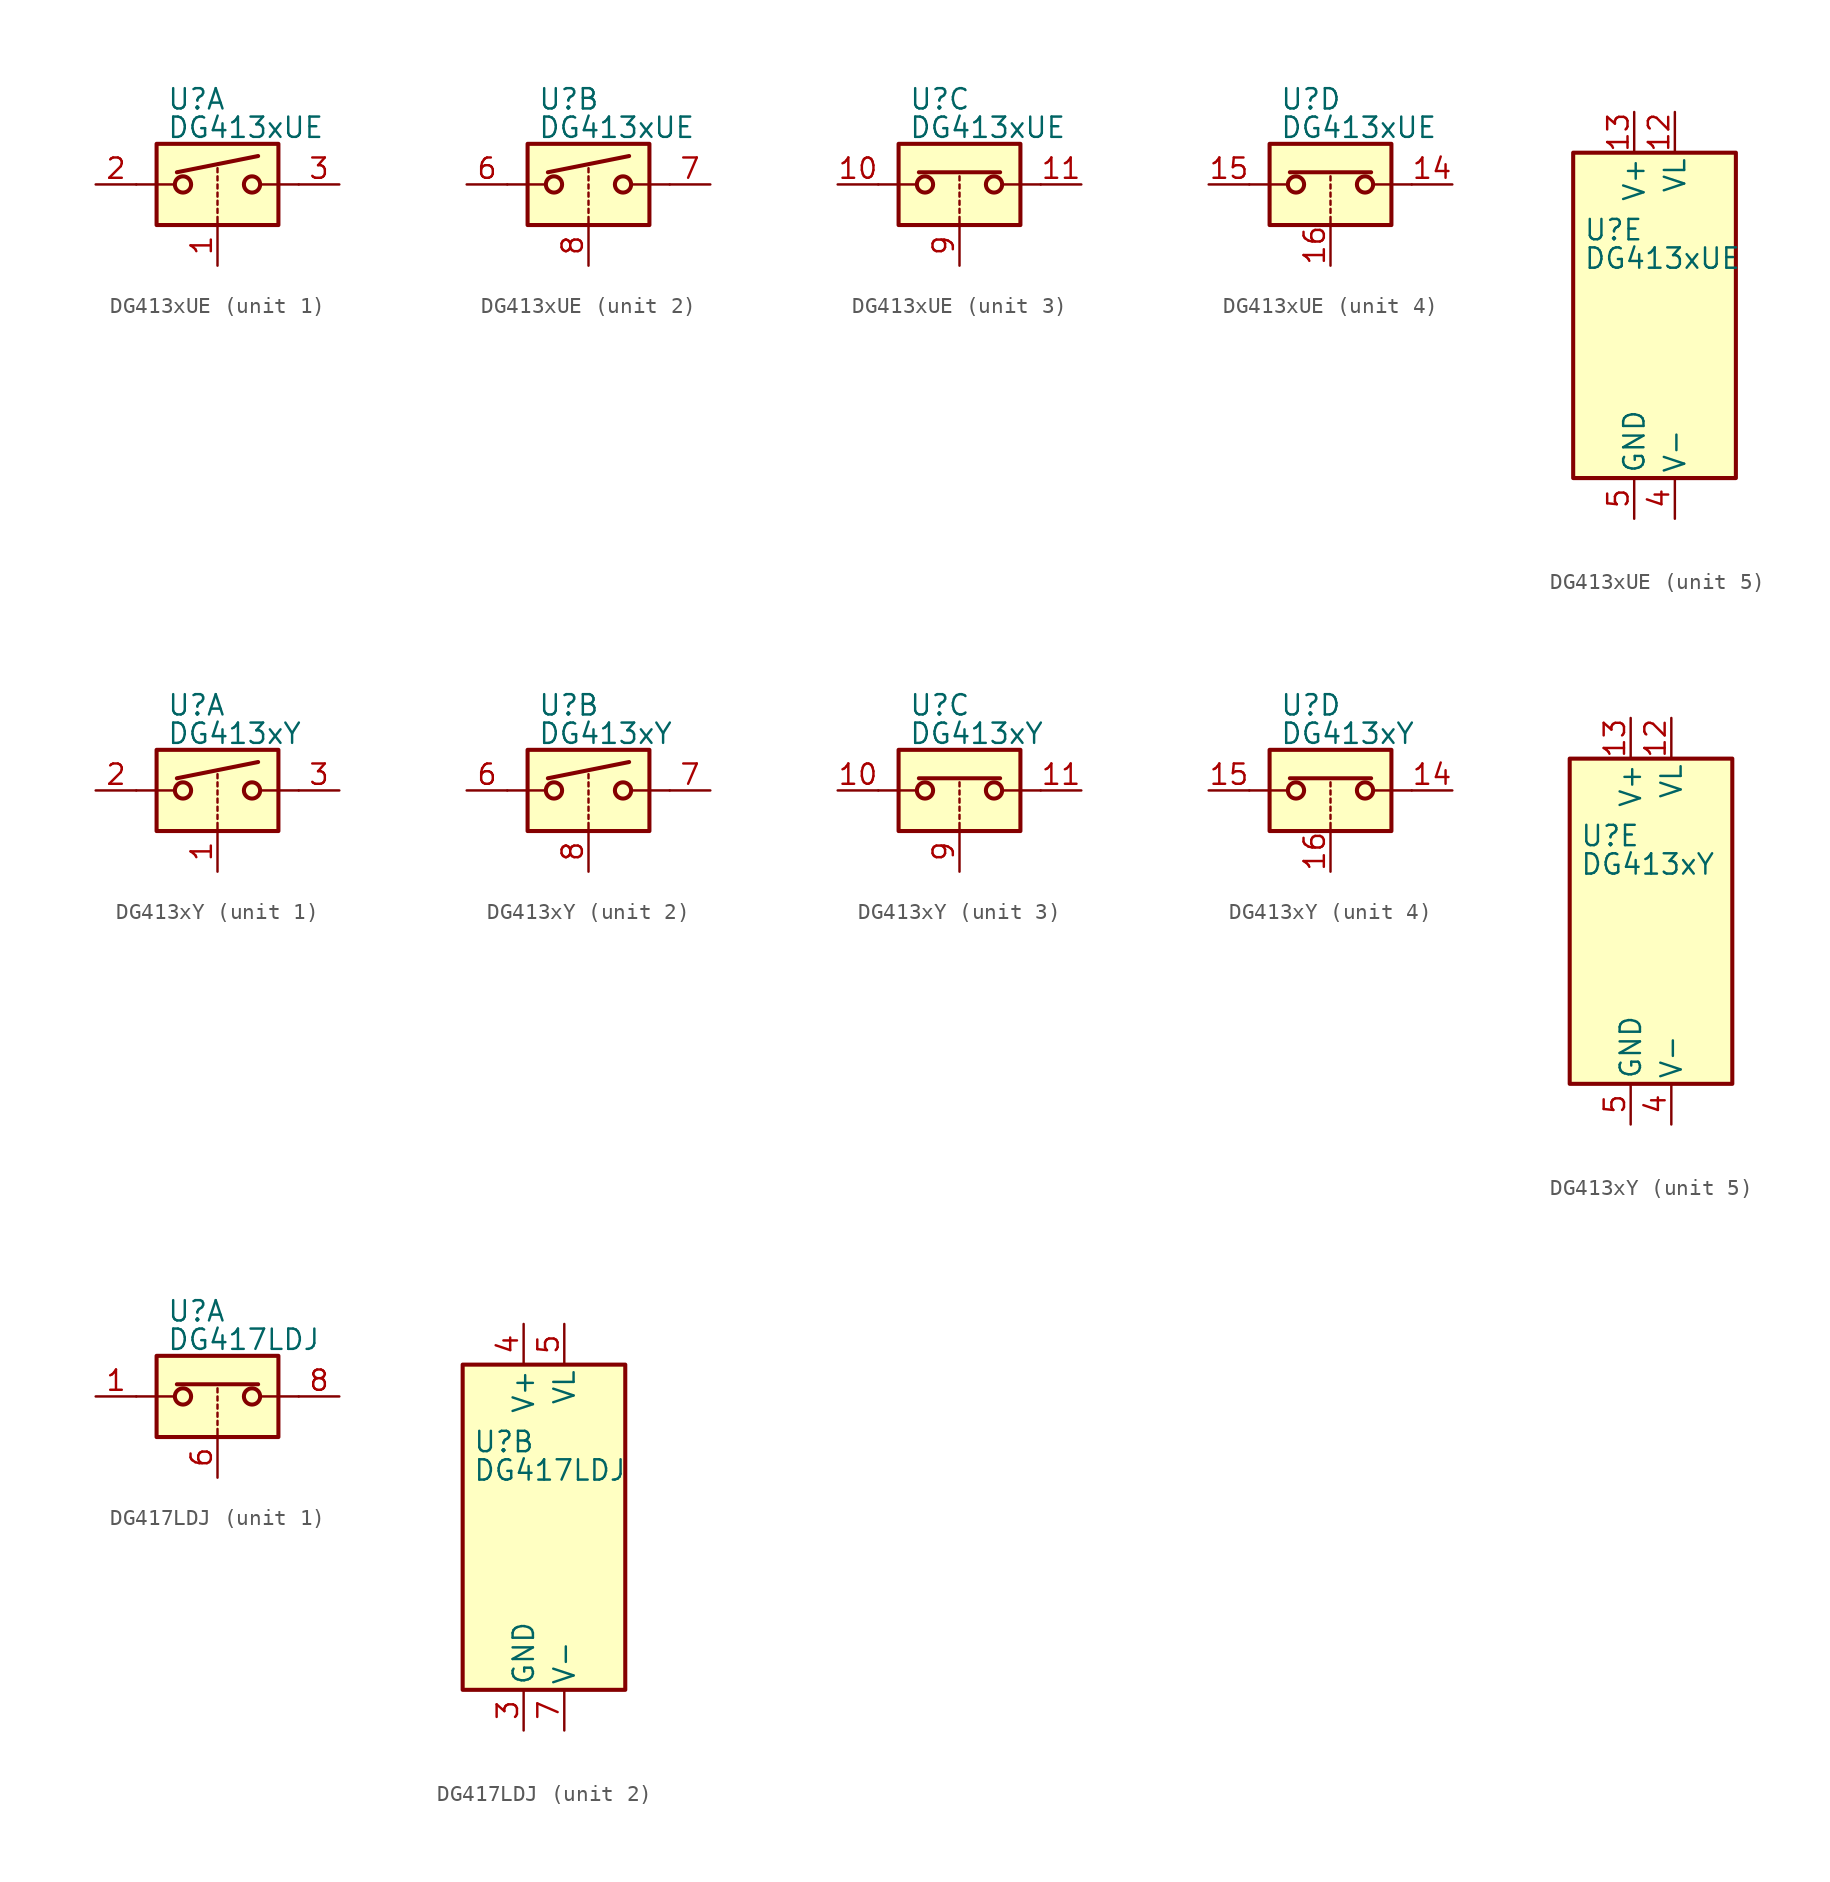
<source format=kicad_sym>
(kicad_symbol_lib
  (version 20241209)
  (generator "kicad_symbol_editor")
  (generator_version "9.0")
  (symbol "DG413xUE"
    (pin_names
      (offset 0.254))
    (property "Reference" "U"
      (at -3.175 5.334 0)
      (effects (font (size 1.27 1.27)) (justify left)))
    (property "Value" "DG413xUE"
      (at -3.175 3.556 0)
      (effects (font (size 1.27 1.27)) (justify left)))
    (symbol "DG413xUE_1_1"
      (polyline (pts (xy -5.08 0) (xy -2.794 0)) (stroke (width 0) (type default)) (fill (type none)))
      (rectangle (start -3.81 2.54) (end 3.81 -2.54) (stroke (width 0.254) (type default)) (fill (type background)))
      (polyline (pts (xy -2.54 0.762) (xy 2.54 1.778)) (stroke (width 0.254) (type default)) (fill (type none)))
      (circle (center -2.159 0) (radius 0.508) (stroke (width 0.254) (type default)) (fill (type none)))
      (polyline (pts (xy 0 0.762) (xy 0 1.016)) (stroke (width 0) (type default)) (fill (type none)))
      (polyline (pts (xy 0 0.254) (xy 0 0.508)) (stroke (width 0) (type default)) (fill (type none)))
      (polyline (pts (xy 0 -0.254) (xy 0 0)) (stroke (width 0) (type default)) (fill (type none)))
      (polyline (pts (xy 0 -0.762) (xy 0 -0.508)) (stroke (width 0) (type default)) (fill (type none)))
      (polyline (pts (xy 0 -1.27) (xy 0 -1.016)) (stroke (width 0) (type default)) (fill (type none)))
      (polyline (pts (xy 0 -1.778) (xy 0 -1.524)) (stroke (width 0) (type default)) (fill (type none)))
      (polyline (pts (xy 0 -2.54) (xy 0 -2.032)) (stroke (width 0) (type default)) (fill (type none)))
      (circle (center 2.159 0) (radius 0.508) (stroke (width 0.254) (type default)) (fill (type none)))
      (polyline (pts (xy 5.08 0) (xy 2.794 0)) (stroke (width 0) (type default)) (fill (type none)))
      (pin passive line (at -7.62 0 0) (length 2.54) (name "~" (effects (font (size 1.27 1.27)))) (number "2" (effects (font (size 1.27 1.27)))))
      (pin input line (at 0 -5.08 90) (length 2.54) (name "~" (effects (font (size 1.27 1.27)))) (number "1" (effects (font (size 1.27 1.27)))))
      (pin passive line (at 7.62 0 180) (length 2.54) (name "~" (effects (font (size 1.27 1.27)))) (number "3" (effects (font (size 1.27 1.27))))))
    (symbol "DG413xUE_2_1"
      (polyline (pts (xy -5.08 0) (xy -2.794 0)) (stroke (width 0) (type default)) (fill (type none)))
      (rectangle (start -3.81 2.54) (end 3.81 -2.54) (stroke (width 0.254) (type default)) (fill (type background)))
      (polyline (pts (xy -2.54 0.762) (xy 2.54 1.778)) (stroke (width 0.254) (type default)) (fill (type none)))
      (circle (center -2.159 0) (radius 0.508) (stroke (width 0.254) (type default)) (fill (type none)))
      (polyline (pts (xy 0 0.762) (xy 0 1.016)) (stroke (width 0) (type default)) (fill (type none)))
      (polyline (pts (xy 0 0.254) (xy 0 0.508)) (stroke (width 0) (type default)) (fill (type none)))
      (polyline (pts (xy 0 -0.254) (xy 0 0)) (stroke (width 0) (type default)) (fill (type none)))
      (polyline (pts (xy 0 -0.762) (xy 0 -0.508)) (stroke (width 0) (type default)) (fill (type none)))
      (polyline (pts (xy 0 -1.27) (xy 0 -1.016)) (stroke (width 0) (type default)) (fill (type none)))
      (polyline (pts (xy 0 -1.778) (xy 0 -1.524)) (stroke (width 0) (type default)) (fill (type none)))
      (polyline (pts (xy 0 -2.54) (xy 0 -2.032)) (stroke (width 0) (type default)) (fill (type none)))
      (circle (center 2.159 0) (radius 0.508) (stroke (width 0.254) (type default)) (fill (type none)))
      (polyline (pts (xy 5.08 0) (xy 2.794 0)) (stroke (width 0) (type default)) (fill (type none)))
      (pin passive line (at -7.62 0 0) (length 2.54) (name "~" (effects (font (size 1.27 1.27)))) (number "6" (effects (font (size 1.27 1.27)))))
      (pin input line (at 0 -5.08 90) (length 2.54) (name "~" (effects (font (size 1.27 1.27)))) (number "8" (effects (font (size 1.27 1.27)))))
      (pin passive line (at 7.62 0 180) (length 2.54) (name "~" (effects (font (size 1.27 1.27)))) (number "7" (effects (font (size 1.27 1.27))))))
    (symbol "DG413xUE_3_1"
      (polyline (pts (xy -5.08 0) (xy -2.794 0)) (stroke (width 0) (type default)) (fill (type none)))
      (rectangle (start -3.81 2.54) (end 3.81 -2.54) (stroke (width 0.254) (type default)) (fill (type background)))
      (polyline (pts (xy -2.54 0.762) (xy 2.54 0.762)) (stroke (width 0.254) (type default)) (fill (type none)))
      (circle (center -2.159 0) (radius 0.508) (stroke (width 0.254) (type default)) (fill (type none)))
      (polyline (pts (xy 0 0.254) (xy 0 0.508)) (stroke (width 0) (type default)) (fill (type none)))
      (polyline (pts (xy 0 -0.254) (xy 0 0)) (stroke (width 0) (type default)) (fill (type none)))
      (polyline (pts (xy 0 -0.762) (xy 0 -0.508)) (stroke (width 0) (type default)) (fill (type none)))
      (polyline (pts (xy 0 -1.27) (xy 0 -1.016)) (stroke (width 0) (type default)) (fill (type none)))
      (polyline (pts (xy 0 -1.778) (xy 0 -1.524)) (stroke (width 0) (type default)) (fill (type none)))
      (polyline (pts (xy 0 -2.54) (xy 0 -2.032)) (stroke (width 0) (type default)) (fill (type none)))
      (circle (center 2.159 0) (radius 0.508) (stroke (width 0.254) (type default)) (fill (type none)))
      (polyline (pts (xy 5.08 0) (xy 2.794 0)) (stroke (width 0) (type default)) (fill (type none)))
      (pin passive line (at -7.62 0 0) (length 2.54) (name "~" (effects (font (size 1.27 1.27)))) (number "10" (effects (font (size 1.27 1.27)))))
      (pin input line (at 0 -5.08 90) (length 2.54) (name "~" (effects (font (size 1.27 1.27)))) (number "9" (effects (font (size 1.27 1.27)))))
      (pin passive line (at 7.62 0 180) (length 2.54) (name "~" (effects (font (size 1.27 1.27)))) (number "11" (effects (font (size 1.27 1.27))))))
    (symbol "DG413xUE_4_1"
      (polyline (pts (xy -5.08 0) (xy -2.794 0)) (stroke (width 0) (type default)) (fill (type none)))
      (rectangle (start -3.81 2.54) (end 3.81 -2.54) (stroke (width 0.254) (type default)) (fill (type background)))
      (polyline (pts (xy -2.54 0.762) (xy 2.54 0.762)) (stroke (width 0.254) (type default)) (fill (type none)))
      (circle (center -2.159 0) (radius 0.508) (stroke (width 0.254) (type default)) (fill (type none)))
      (polyline (pts (xy 0 0.254) (xy 0 0.508)) (stroke (width 0) (type default)) (fill (type none)))
      (polyline (pts (xy 0 -0.254) (xy 0 0)) (stroke (width 0) (type default)) (fill (type none)))
      (polyline (pts (xy 0 -0.762) (xy 0 -0.508)) (stroke (width 0) (type default)) (fill (type none)))
      (polyline (pts (xy 0 -1.27) (xy 0 -1.016)) (stroke (width 0) (type default)) (fill (type none)))
      (polyline (pts (xy 0 -1.778) (xy 0 -1.524)) (stroke (width 0) (type default)) (fill (type none)))
      (polyline (pts (xy 0 -2.54) (xy 0 -2.032)) (stroke (width 0) (type default)) (fill (type none)))
      (circle (center 2.159 0) (radius 0.508) (stroke (width 0.254) (type default)) (fill (type none)))
      (polyline (pts (xy 5.08 0) (xy 2.794 0)) (stroke (width 0) (type default)) (fill (type none)))
      (pin passive line (at -7.62 0 0) (length 2.54) (name "~" (effects (font (size 1.27 1.27)))) (number "15" (effects (font (size 1.27 1.27)))))
      (pin input line (at 0 -5.08 90) (length 2.54) (name "~" (effects (font (size 1.27 1.27)))) (number "16" (effects (font (size 1.27 1.27)))))
      (pin passive line (at 7.62 0 180) (length 2.54) (name "~" (effects (font (size 1.27 1.27)))) (number "14" (effects (font (size 1.27 1.27))))))
    (symbol "DG413xUE_5_0"
      (pin power_in line (at 0 12.7 270) (length 2.54) (name "V+" (effects (font (size 1.27 1.27)))) (number "13" (effects (font (size 1.27 1.27)))))
      (pin power_in line (at 0 -12.7 90) (length 2.54) (name "GND" (effects (font (size 1.27 1.27)))) (number "5" (effects (font (size 1.27 1.27)))))
      (pin power_in line (at 2.54 12.7 270) (length 2.54) (name "VL" (effects (font (size 1.27 1.27)))) (number "12" (effects (font (size 1.27 1.27)))))
      (pin power_in line (at 2.54 -12.7 90) (length 2.54) (name "V-" (effects (font (size 1.27 1.27)))) (number "4" (effects (font (size 1.27 1.27))))))
    (symbol "DG413xUE_5_1"
      (rectangle (start -3.81 10.16) (end 6.35 -10.16) (stroke (width 0.254) (type default)) (fill (type background)))))
  (symbol "DG413xY"
    (pin_names
      (offset 0.254))
    (property "Reference" "U"
      (at -3.175 5.334 0)
      (effects (font (size 1.27 1.27)) (justify left)))
    (property "Value" "DG413xY"
      (at -3.175 3.556 0)
      (effects (font (size 1.27 1.27)) (justify left)))
    (symbol "DG413xY_1_1"
      (polyline (pts (xy -5.08 0) (xy -2.794 0)) (stroke (width 0) (type default)) (fill (type none)))
      (rectangle (start -3.81 2.54) (end 3.81 -2.54) (stroke (width 0.254) (type default)) (fill (type background)))
      (polyline (pts (xy -2.54 0.762) (xy 2.54 1.778)) (stroke (width 0.254) (type default)) (fill (type none)))
      (circle (center -2.159 0) (radius 0.508) (stroke (width 0.254) (type default)) (fill (type none)))
      (polyline (pts (xy 0 0.762) (xy 0 1.016)) (stroke (width 0) (type default)) (fill (type none)))
      (polyline (pts (xy 0 0.254) (xy 0 0.508)) (stroke (width 0) (type default)) (fill (type none)))
      (polyline (pts (xy 0 -0.254) (xy 0 0)) (stroke (width 0) (type default)) (fill (type none)))
      (polyline (pts (xy 0 -0.762) (xy 0 -0.508)) (stroke (width 0) (type default)) (fill (type none)))
      (polyline (pts (xy 0 -1.27) (xy 0 -1.016)) (stroke (width 0) (type default)) (fill (type none)))
      (polyline (pts (xy 0 -1.778) (xy 0 -1.524)) (stroke (width 0) (type default)) (fill (type none)))
      (polyline (pts (xy 0 -2.54) (xy 0 -2.032)) (stroke (width 0) (type default)) (fill (type none)))
      (circle (center 2.159 0) (radius 0.508) (stroke (width 0.254) (type default)) (fill (type none)))
      (polyline (pts (xy 5.08 0) (xy 2.794 0)) (stroke (width 0) (type default)) (fill (type none)))
      (pin passive line (at -7.62 0 0) (length 2.54) (name "~" (effects (font (size 1.27 1.27)))) (number "2" (effects (font (size 1.27 1.27)))))
      (pin input line (at 0 -5.08 90) (length 2.54) (name "~" (effects (font (size 1.27 1.27)))) (number "1" (effects (font (size 1.27 1.27)))))
      (pin passive line (at 7.62 0 180) (length 2.54) (name "~" (effects (font (size 1.27 1.27)))) (number "3" (effects (font (size 1.27 1.27))))))
    (symbol "DG413xY_2_1"
      (polyline (pts (xy -5.08 0) (xy -2.794 0)) (stroke (width 0) (type default)) (fill (type none)))
      (rectangle (start -3.81 2.54) (end 3.81 -2.54) (stroke (width 0.254) (type default)) (fill (type background)))
      (polyline (pts (xy -2.54 0.762) (xy 2.54 1.778)) (stroke (width 0.254) (type default)) (fill (type none)))
      (circle (center -2.159 0) (radius 0.508) (stroke (width 0.254) (type default)) (fill (type none)))
      (polyline (pts (xy 0 0.762) (xy 0 1.016)) (stroke (width 0) (type default)) (fill (type none)))
      (polyline (pts (xy 0 0.254) (xy 0 0.508)) (stroke (width 0) (type default)) (fill (type none)))
      (polyline (pts (xy 0 -0.254) (xy 0 0)) (stroke (width 0) (type default)) (fill (type none)))
      (polyline (pts (xy 0 -0.762) (xy 0 -0.508)) (stroke (width 0) (type default)) (fill (type none)))
      (polyline (pts (xy 0 -1.27) (xy 0 -1.016)) (stroke (width 0) (type default)) (fill (type none)))
      (polyline (pts (xy 0 -1.778) (xy 0 -1.524)) (stroke (width 0) (type default)) (fill (type none)))
      (polyline (pts (xy 0 -2.54) (xy 0 -2.032)) (stroke (width 0) (type default)) (fill (type none)))
      (circle (center 2.159 0) (radius 0.508) (stroke (width 0.254) (type default)) (fill (type none)))
      (polyline (pts (xy 5.08 0) (xy 2.794 0)) (stroke (width 0) (type default)) (fill (type none)))
      (pin passive line (at -7.62 0 0) (length 2.54) (name "~" (effects (font (size 1.27 1.27)))) (number "6" (effects (font (size 1.27 1.27)))))
      (pin input line (at 0 -5.08 90) (length 2.54) (name "~" (effects (font (size 1.27 1.27)))) (number "8" (effects (font (size 1.27 1.27)))))
      (pin passive line (at 7.62 0 180) (length 2.54) (name "~" (effects (font (size 1.27 1.27)))) (number "7" (effects (font (size 1.27 1.27))))))
    (symbol "DG413xY_3_1"
      (polyline (pts (xy -5.08 0) (xy -2.794 0)) (stroke (width 0) (type default)) (fill (type none)))
      (rectangle (start -3.81 2.54) (end 3.81 -2.54) (stroke (width 0.254) (type default)) (fill (type background)))
      (polyline (pts (xy -2.54 0.762) (xy 2.54 0.762)) (stroke (width 0.254) (type default)) (fill (type none)))
      (circle (center -2.159 0) (radius 0.508) (stroke (width 0.254) (type default)) (fill (type none)))
      (polyline (pts (xy 0 0.254) (xy 0 0.508)) (stroke (width 0) (type default)) (fill (type none)))
      (polyline (pts (xy 0 -0.254) (xy 0 0)) (stroke (width 0) (type default)) (fill (type none)))
      (polyline (pts (xy 0 -0.762) (xy 0 -0.508)) (stroke (width 0) (type default)) (fill (type none)))
      (polyline (pts (xy 0 -1.27) (xy 0 -1.016)) (stroke (width 0) (type default)) (fill (type none)))
      (polyline (pts (xy 0 -1.778) (xy 0 -1.524)) (stroke (width 0) (type default)) (fill (type none)))
      (polyline (pts (xy 0 -2.54) (xy 0 -2.032)) (stroke (width 0) (type default)) (fill (type none)))
      (circle (center 2.159 0) (radius 0.508) (stroke (width 0.254) (type default)) (fill (type none)))
      (polyline (pts (xy 5.08 0) (xy 2.794 0)) (stroke (width 0) (type default)) (fill (type none)))
      (pin passive line (at -7.62 0 0) (length 2.54) (name "~" (effects (font (size 1.27 1.27)))) (number "10" (effects (font (size 1.27 1.27)))))
      (pin input line (at 0 -5.08 90) (length 2.54) (name "~" (effects (font (size 1.27 1.27)))) (number "9" (effects (font (size 1.27 1.27)))))
      (pin passive line (at 7.62 0 180) (length 2.54) (name "~" (effects (font (size 1.27 1.27)))) (number "11" (effects (font (size 1.27 1.27))))))
    (symbol "DG413xY_4_1"
      (polyline (pts (xy -5.08 0) (xy -2.794 0)) (stroke (width 0) (type default)) (fill (type none)))
      (rectangle (start -3.81 2.54) (end 3.81 -2.54) (stroke (width 0.254) (type default)) (fill (type background)))
      (polyline (pts (xy -2.54 0.762) (xy 2.54 0.762)) (stroke (width 0.254) (type default)) (fill (type none)))
      (circle (center -2.159 0) (radius 0.508) (stroke (width 0.254) (type default)) (fill (type none)))
      (polyline (pts (xy 0 0.254) (xy 0 0.508)) (stroke (width 0) (type default)) (fill (type none)))
      (polyline (pts (xy 0 -0.254) (xy 0 0)) (stroke (width 0) (type default)) (fill (type none)))
      (polyline (pts (xy 0 -0.762) (xy 0 -0.508)) (stroke (width 0) (type default)) (fill (type none)))
      (polyline (pts (xy 0 -1.27) (xy 0 -1.016)) (stroke (width 0) (type default)) (fill (type none)))
      (polyline (pts (xy 0 -1.778) (xy 0 -1.524)) (stroke (width 0) (type default)) (fill (type none)))
      (polyline (pts (xy 0 -2.54) (xy 0 -2.032)) (stroke (width 0) (type default)) (fill (type none)))
      (circle (center 2.159 0) (radius 0.508) (stroke (width 0.254) (type default)) (fill (type none)))
      (polyline (pts (xy 5.08 0) (xy 2.794 0)) (stroke (width 0) (type default)) (fill (type none)))
      (pin passive line (at -7.62 0 0) (length 2.54) (name "~" (effects (font (size 1.27 1.27)))) (number "15" (effects (font (size 1.27 1.27)))))
      (pin input line (at 0 -5.08 90) (length 2.54) (name "~" (effects (font (size 1.27 1.27)))) (number "16" (effects (font (size 1.27 1.27)))))
      (pin passive line (at 7.62 0 180) (length 2.54) (name "~" (effects (font (size 1.27 1.27)))) (number "14" (effects (font (size 1.27 1.27))))))
    (symbol "DG413xY_5_0"
      (pin power_in line (at 0 12.7 270) (length 2.54) (name "V+" (effects (font (size 1.27 1.27)))) (number "13" (effects (font (size 1.27 1.27)))))
      (pin power_in line (at 0 -12.7 90) (length 2.54) (name "GND" (effects (font (size 1.27 1.27)))) (number "5" (effects (font (size 1.27 1.27)))))
      (pin power_in line (at 2.54 12.7 270) (length 2.54) (name "VL" (effects (font (size 1.27 1.27)))) (number "12" (effects (font (size 1.27 1.27)))))
      (pin power_in line (at 2.54 -12.7 90) (length 2.54) (name "V-" (effects (font (size 1.27 1.27)))) (number "4" (effects (font (size 1.27 1.27))))))
    (symbol "DG413xY_5_1"
      (rectangle (start -3.81 10.16) (end 6.35 -10.16) (stroke (width 0.254) (type default)) (fill (type background)))))
  (symbol "DG417LDJ"
    (pin_names
      (offset 0.254))
    (property "Reference" "U"
      (at -3.175 5.334 0)
      (effects (font (size 1.27 1.27)) (justify left)))
    (property "Value" "DG417LDJ"
      (at -3.175 3.556 0)
      (effects (font (size 1.27 1.27)) (justify left)))
    (symbol "DG417LDJ_1_1"
      (polyline (pts (xy -5.08 0) (xy -2.794 0)) (stroke (width 0) (type default)) (fill (type none)))
      (rectangle (start -3.81 2.54) (end 3.81 -2.54) (stroke (width 0.254) (type default)) (fill (type background)))
      (polyline (pts (xy -2.54 0.762) (xy 2.54 0.762)) (stroke (width 0.254) (type default)) (fill (type none)))
      (circle (center -2.159 0) (radius 0.508) (stroke (width 0.254) (type default)) (fill (type none)))
      (polyline (pts (xy 0 0.254) (xy 0 0.508)) (stroke (width 0) (type default)) (fill (type none)))
      (polyline (pts (xy 0 -0.254) (xy 0 0)) (stroke (width 0) (type default)) (fill (type none)))
      (polyline (pts (xy 0 -0.762) (xy 0 -0.508)) (stroke (width 0) (type default)) (fill (type none)))
      (polyline (pts (xy 0 -1.27) (xy 0 -1.016)) (stroke (width 0) (type default)) (fill (type none)))
      (polyline (pts (xy 0 -1.778) (xy 0 -1.524)) (stroke (width 0) (type default)) (fill (type none)))
      (polyline (pts (xy 0 -2.54) (xy 0 -2.032)) (stroke (width 0) (type default)) (fill (type none)))
      (circle (center 2.159 0) (radius 0.508) (stroke (width 0.254) (type default)) (fill (type none)))
      (polyline (pts (xy 5.08 0) (xy 2.794 0)) (stroke (width 0) (type default)) (fill (type none)))
      (pin passive line (at -7.62 0 0) (length 2.54) (name "~" (effects (font (size 1.27 1.27)))) (number "1" (effects (font (size 1.27 1.27)))))
      (pin input line (at 0 -5.08 90) (length 2.54) (name "~" (effects (font (size 1.27 1.27)))) (number "6" (effects (font (size 1.27 1.27)))))
      (pin passive line (at 7.62 0 180) (length 2.54) (name "~" (effects (font (size 1.27 1.27)))) (number "8" (effects (font (size 1.27 1.27))))))
    (symbol "DG417LDJ_2_0"
      (pin no_connect line (at -2.54 10.16 270) (length 2.54) (hide yes) (name "NC" (effects (font (size 1.27 1.27)))) (number "2" (effects (font (size 1.27 1.27)))))
      (pin power_in line (at 0 12.7 270) (length 2.54) (name "V+" (effects (font (size 1.27 1.27)))) (number "4" (effects (font (size 1.27 1.27)))))
      (pin power_in line (at 0 -12.7 90) (length 2.54) (name "GND" (effects (font (size 1.27 1.27)))) (number "3" (effects (font (size 1.27 1.27)))))
      (pin power_in line (at 2.54 12.7 270) (length 2.54) (name "VL" (effects (font (size 1.27 1.27)))) (number "5" (effects (font (size 1.27 1.27)))))
      (pin power_in line (at 2.54 -12.7 90) (length 2.54) (name "V-" (effects (font (size 1.27 1.27)))) (number "7" (effects (font (size 1.27 1.27))))))
    (symbol "DG417LDJ_2_1"
      (rectangle (start -3.81 10.16) (end 6.35 -10.16) (stroke (width 0.254) (type default)) (fill (type background))))))
</source>
